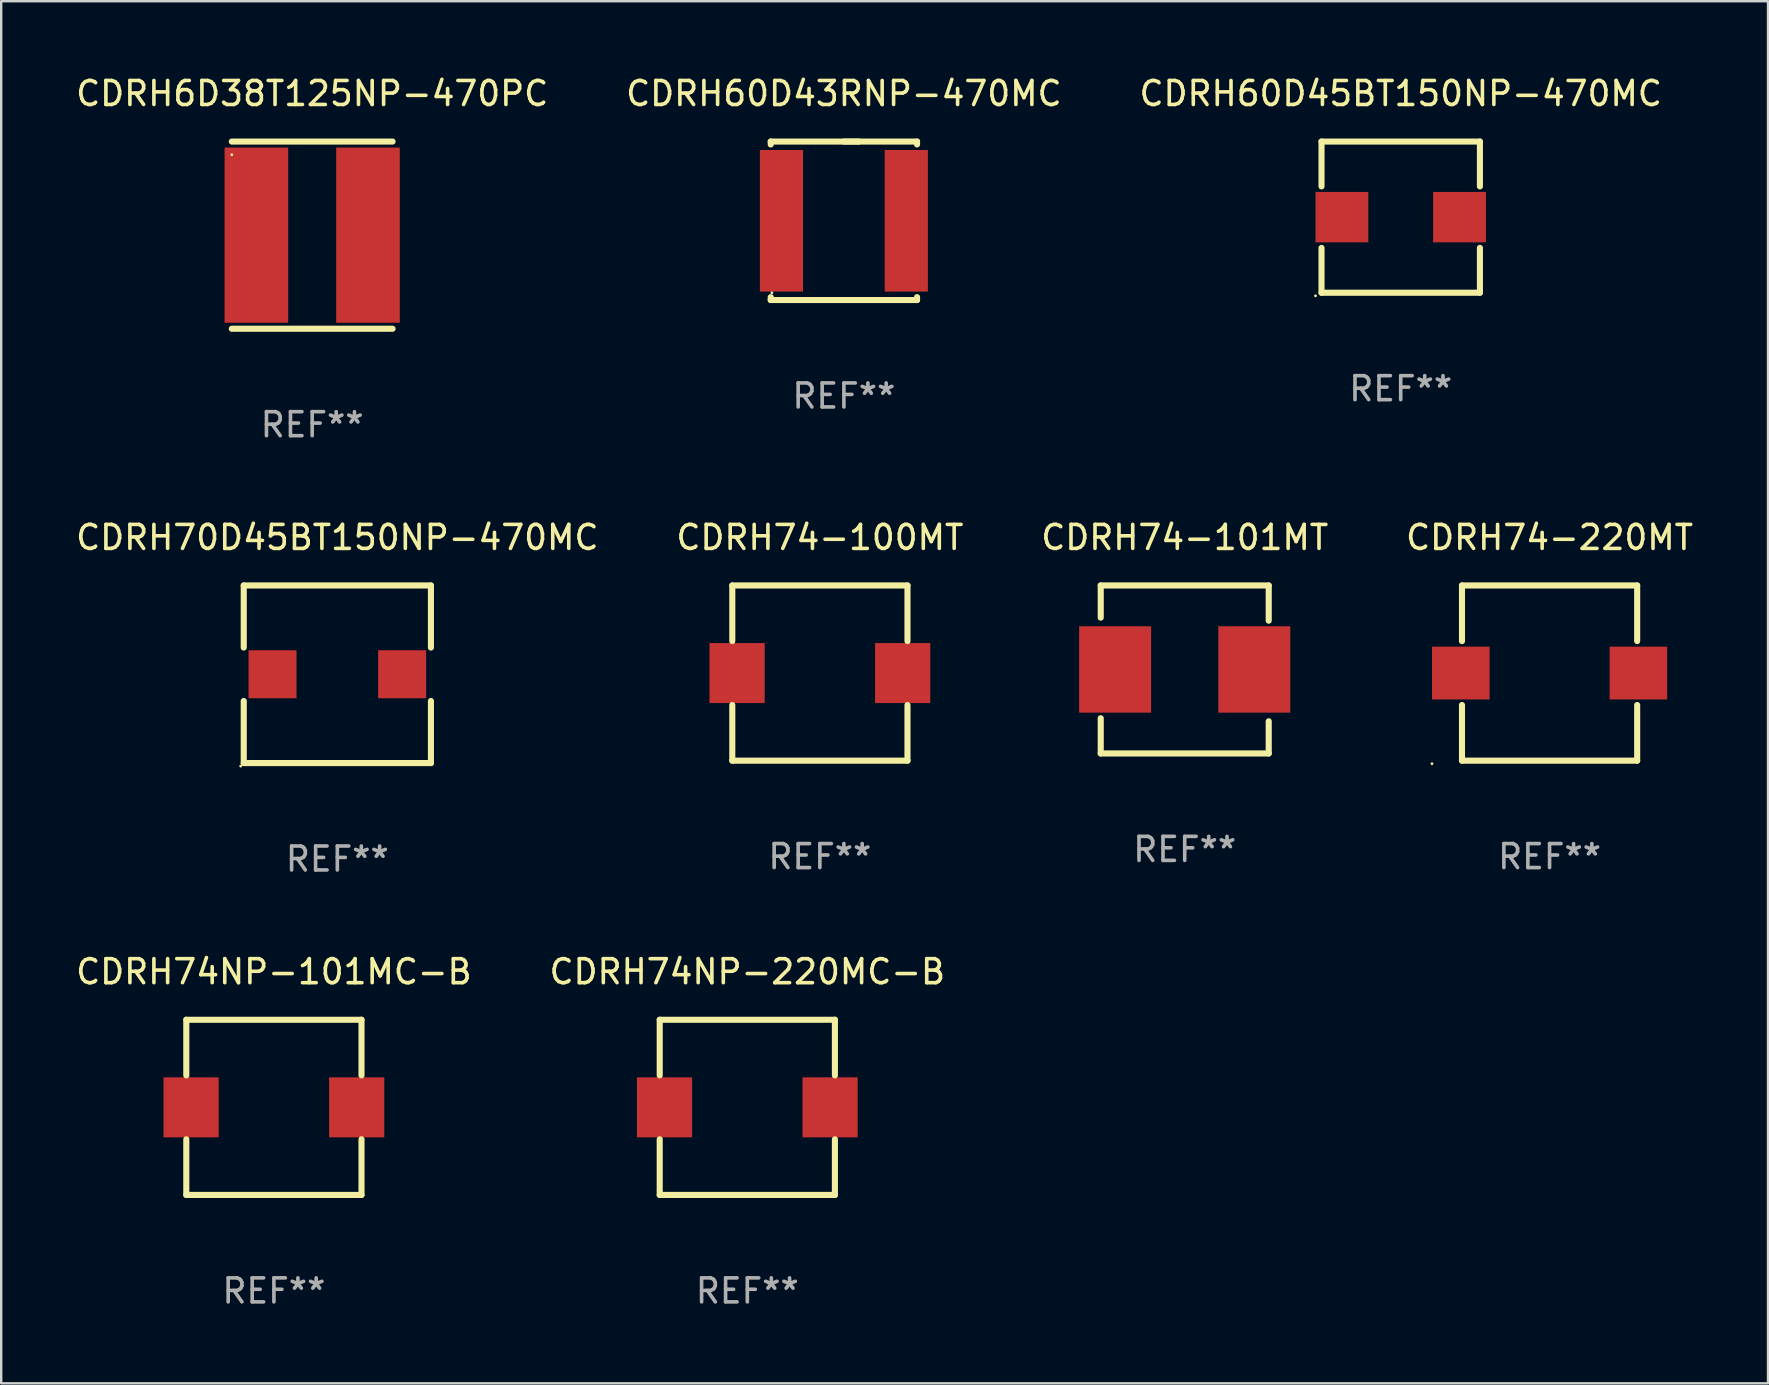
<source format=kicad_pcb>
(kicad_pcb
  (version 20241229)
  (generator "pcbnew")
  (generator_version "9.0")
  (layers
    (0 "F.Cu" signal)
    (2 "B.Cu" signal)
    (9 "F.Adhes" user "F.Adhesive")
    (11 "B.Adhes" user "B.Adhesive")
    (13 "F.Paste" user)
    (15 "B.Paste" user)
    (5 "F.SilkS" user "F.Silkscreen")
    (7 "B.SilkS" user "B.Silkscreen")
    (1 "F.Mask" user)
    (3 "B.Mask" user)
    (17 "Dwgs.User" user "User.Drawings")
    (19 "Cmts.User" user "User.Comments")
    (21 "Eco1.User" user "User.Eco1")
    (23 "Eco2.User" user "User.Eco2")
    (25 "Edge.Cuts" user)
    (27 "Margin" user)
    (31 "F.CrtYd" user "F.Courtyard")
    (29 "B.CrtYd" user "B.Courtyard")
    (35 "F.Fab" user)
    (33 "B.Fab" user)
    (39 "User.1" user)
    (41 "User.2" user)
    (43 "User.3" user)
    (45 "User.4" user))
  (footprint "CDRH70D45BT150NP-470MC"
    (layer "F.Cu")
    (at 11.006 25.045)
    (property "Reference" "CDRH70D45BT150NP-470MC" (at 0 -5.7 0) (layer "F.SilkS") (effects (font (size 1 1) (thickness 0.15))))
    (attr through_hole)
    (fp_line (start -3.9 -3.7) (end -3.9 -1.113) (stroke (width 0.254) (type solid)) (layer "F.SilkS"))
    (fp_line (start -3.9 -3.7) (end 3.9 -3.7) (stroke (width 0.254) (type solid)) (layer "F.SilkS"))
    (fp_line (start -3.9 1.113) (end -3.9 3.7) (stroke (width 0.254) (type solid)) (layer "F.SilkS"))
    (fp_line (start 3.9 -1.113) (end 3.9 -3.7) (stroke (width 0.254) (type solid)) (layer "F.SilkS"))
    (fp_line (start 3.9 3.7) (end -3.9 3.7) (stroke (width 0.254) (type solid)) (layer "F.SilkS"))
    (fp_line (start 3.9 3.7) (end 3.9 1.113) (stroke (width 0.254) (type solid)) (layer "F.SilkS"))
    (fp_circle (center -4.027 3.827) (end -3.997 3.827) (stroke (width 0.06) (type solid)) (fill no) (layer "F.SilkS"))
    (fp_text user "REF**" (at 0 7.7 0) (layer "F.Fab") (effects (font (size 1 1) (thickness 0.15))))
    (pad "1" smd rect (at -2.7 0 180) (size 2 2) (layers "F.Cu" "F.Mask" "F.Paste"))
    (pad "2" smd rect (at 2.7 0 180) (size 2 2) (layers "F.Cu" "F.Mask" "F.Paste")))
  (footprint "CDRH6D38T125NP-470PC"
    (layer "F.Cu")
    (at 9.958 6.748)
    (property "Reference" "CDRH6D38T125NP-470PC" (at 0 -5.9 0) (layer "F.SilkS") (effects (font (size 1 1) (thickness 0.15))))
    (attr through_hole)
    (fp_line (start -3.35 -3.9) (end 3.35 -3.9) (stroke (width 0.254) (type solid)) (layer "F.SilkS"))
    (fp_line (start -3.35 3.9) (end 3.35 3.9) (stroke (width 0.254) (type solid)) (layer "F.SilkS"))
    (fp_circle (center -3.35 -3.35) (end -3.32 -3.35) (stroke (width 0.06) (type solid)) (fill no) (layer "F.SilkS"))
    (fp_text user "REF**" (at 0 7.9 0) (layer "F.Fab") (effects (font (size 1 1) (thickness 0.15))))
    (pad "1" smd rect (at -2.325 0) (size 2.65 7.3) (layers "F.Cu" "F.Mask" "F.Paste"))
    (pad "2" smd rect (at 2.325 0) (size 2.65 7.3) (layers "F.Cu" "F.Mask" "F.Paste")))
  (footprint "CDRH74-101MT"
    (layer "F.Cu")
    (at 46.315 24.845)
    (property "Reference" "CDRH74-101MT" (at 0 -5.5 0) (layer "F.SilkS") (effects (font (size 1 1) (thickness 0.15))))
    (attr through_hole)
    (fp_line (start -3.5 -3.5) (end -3.5 -2.159) (stroke (width 0.254) (type solid)) (layer "F.SilkS"))
    (fp_line (start -3.5 -3.5) (end 3.5 -3.5) (stroke (width 0.254) (type solid)) (layer "F.SilkS"))
    (fp_line (start -3.5 3.5) (end -3.5 2.032) (stroke (width 0.254) (type solid)) (layer "F.SilkS"))
    (fp_line (start -3.5 3.5) (end 3.5 3.5) (stroke (width 0.254) (type solid)) (layer "F.SilkS"))
    (fp_line (start 3.5 -3.5) (end 3.5 -2.032) (stroke (width 0.254) (type solid)) (layer "F.SilkS"))
    (fp_line (start 3.5 3.5) (end 3.5 2.159) (stroke (width 0.254) (type solid)) (layer "F.SilkS"))
    (fp_circle (center -3.556 3.505) (end -3.526 3.505) (stroke (width 0.06) (type solid)) (fill no) (layer "F.SilkS"))
    (fp_text user "REF**" (at 0 7.5 0) (layer "F.Fab") (effects (font (size 1 1) (thickness 0.15))))
    (pad "1" smd rect (at -2.9 0) (size 3 3.6) (layers "F.Cu" "F.Mask" "F.Paste"))
    (pad "2" smd rect (at 2.9 0) (size 3 3.6) (layers "F.Cu" "F.Mask" "F.Paste")))
  (footprint "CDRH74NP-101MC-B"
    (layer "F.Cu")
    (at 8.363 43.091)
    (property "Reference" "CDRH74NP-101MC-B" (at 0 -5.65 0) (layer "F.SilkS") (effects (font (size 1 1) (thickness 0.15))))
    (attr through_hole)
    (fp_line (start -3.65 -3.65) (end 3.65 -3.65) (stroke (width 0.254) (type solid)) (layer "F.SilkS"))
    (fp_line (start -3.65 -1.331) (end -3.65 -3.65) (stroke (width 0.254) (type solid)) (layer "F.SilkS"))
    (fp_line (start -3.65 3.65) (end -3.65 1.331) (stroke (width 0.254) (type solid)) (layer "F.SilkS"))
    (fp_line (start 3.65 -3.65) (end 3.65 -1.331) (stroke (width 0.254) (type solid)) (layer "F.SilkS"))
    (fp_line (start 3.65 1.331) (end 3.65 3.65) (stroke (width 0.254) (type solid)) (layer "F.SilkS"))
    (fp_line (start 3.65 3.65) (end -3.65 3.65) (stroke (width 0.254) (type solid)) (layer "F.SilkS"))
    (fp_circle (center -3.65 3.65) (end -3.62 3.65) (stroke (width 0.06) (type solid)) (fill no) (layer "F.SilkS"))
    (fp_text user "REF**" (at 0 7.65 0) (layer "F.Fab") (effects (font (size 1 1) (thickness 0.15))))
    (pad "1" smd rect (at -3.45 0) (size 2.3 2.5) (layers "F.Cu" "F.Mask" "F.Paste"))
    (pad "2" smd rect (at 3.45 0) (size 2.3 2.5) (layers "F.Cu" "F.Mask" "F.Paste")))
  (footprint "CDRH74-100MT"
    (layer "F.Cu")
    (at 31.113 24.995)
    (property "Reference" "CDRH74-100MT" (at 0 -5.65 0) (layer "F.SilkS") (effects (font (size 1 1) (thickness 0.15))))
    (attr through_hole)
    (fp_line (start -3.65 -3.65) (end 3.65 -3.65) (stroke (width 0.254) (type solid)) (layer "F.SilkS"))
    (fp_line (start -3.65 -1.331) (end -3.65 -3.65) (stroke (width 0.254) (type solid)) (layer "F.SilkS"))
    (fp_line (start -3.65 3.65) (end -3.65 1.331) (stroke (width 0.254) (type solid)) (layer "F.SilkS"))
    (fp_line (start 3.65 -3.65) (end 3.65 -1.331) (stroke (width 0.254) (type solid)) (layer "F.SilkS"))
    (fp_line (start 3.65 1.331) (end 3.65 3.65) (stroke (width 0.254) (type solid)) (layer "F.SilkS"))
    (fp_line (start 3.65 3.65) (end -3.65 3.65) (stroke (width 0.254) (type solid)) (layer "F.SilkS"))
    (fp_circle (center -3.65 3.65) (end -3.62 3.65) (stroke (width 0.06) (type solid)) (fill no) (layer "F.SilkS"))
    (fp_text user "REF**" (at 0 7.65 0) (layer "F.Fab") (effects (font (size 1 1) (thickness 0.15))))
    (pad "1" smd rect (at -3.45 0) (size 2.3 2.5) (layers "F.Cu" "F.Mask" "F.Paste"))
    (pad "2" smd rect (at 3.45 0) (size 2.3 2.5) (layers "F.Cu" "F.Mask" "F.Paste")))
  (footprint "CDRH60D43RNP-470MC"
    (layer "F.Cu")
    (at 32.113 6.15)
    (property "Reference" "CDRH60D43RNP-470MC" (at 0 -5.302 0) (layer "F.SilkS") (effects (font (size 1 1) (thickness 0.15))))
    (attr through_hole)
    (fp_line (start -3.048 -3.302) (end 0.635 -3.302) (stroke (width 0.254) (type solid)) (layer "F.SilkS"))
    (fp_line (start -3.048 -3.181) (end -3.048 -3.302) (stroke (width 0.254) (type solid)) (layer "F.SilkS"))
    (fp_line (start -3.048 3.302) (end -3.048 3.181) (stroke (width 0.254) (type solid)) (layer "F.SilkS"))
    (fp_line (start 0 -3.302) (end 3.048 -3.302) (stroke (width 0.254) (type solid)) (layer "F.SilkS"))
    (fp_line (start 3.048 -3.302) (end 3.048 -3.181) (stroke (width 0.254) (type solid)) (layer "F.SilkS"))
    (fp_line (start 3.048 3.181) (end 3.048 3.302) (stroke (width 0.254) (type solid)) (layer "F.SilkS"))
    (fp_line (start 3.048 3.302) (end -3.048 3.302) (stroke (width 0.254) (type solid)) (layer "F.SilkS"))
    (fp_circle (center -3 3) (end -2.97 3) (stroke (width 0.06) (type solid)) (fill no) (layer "F.SilkS"))
    (fp_text user "REF**" (at 0 7.302 0) (layer "F.Fab") (effects (font (size 1 1) (thickness 0.15))))
    (pad "1" smd rect (at -2.6 0) (size 1.8 5.9) (layers "F.Cu" "F.Mask" "F.Paste"))
    (pad "2" smd rect (at 2.6 0) (size 1.8 5.9) (layers "F.Cu" "F.Mask" "F.Paste")))
  (footprint "CDRH60D45BT150NP-470MC"
    (layer "F.Cu")
    (at 55.315 5.998)
    (property "Reference" "CDRH60D45BT150NP-470MC" (at 0 -5.15 0) (layer "F.SilkS") (effects (font (size 1 1) (thickness 0.15))))
    (attr through_hole)
    (fp_line (start -3.3 -3.15) (end 3.3 -3.15) (stroke (width 0.254) (type solid)) (layer "F.SilkS"))
    (fp_line (start -3.3 -1.281) (end -3.3 -3.15) (stroke (width 0.254) (type solid)) (layer "F.SilkS"))
    (fp_line (start -3.3 3.15) (end -3.3 1.281) (stroke (width 0.254) (type solid)) (layer "F.SilkS"))
    (fp_line (start -3.3 3.15) (end 3.3 3.15) (stroke (width 0.254) (type solid)) (layer "F.SilkS"))
    (fp_line (start 3.3 -1.281) (end 3.3 -3.15) (stroke (width 0.254) (type solid)) (layer "F.SilkS"))
    (fp_line (start 3.3 3.15) (end 3.3 1.281) (stroke (width 0.254) (type solid)) (layer "F.SilkS"))
    (fp_circle (center -3.55 3.277) (end -3.52 3.277) (stroke (width 0.06) (type solid)) (fill no) (layer "F.SilkS"))
    (fp_text user "REF**" (at 0 7.15 0) (layer "F.Fab") (effects (font (size 1 1) (thickness 0.15))))
    (pad "1" smd rect (at -2.45 0) (size 2.2 2.1) (layers "F.Cu" "F.Mask" "F.Paste"))
    (pad "2" smd rect (at 2.45 0) (size 2.2 2.1) (layers "F.Cu" "F.Mask" "F.Paste")))
  (footprint "CDRH74-220MT"
    (layer "F.Cu")
    (at 61.518 24.995)
    (property "Reference" "CDRH74-220MT" (at 0 -5.65 0) (layer "F.SilkS") (effects (font (size 1 1) (thickness 0.15))))
    (attr through_hole)
    (fp_line (start -3.65 -3.65) (end 3.65 -3.65) (stroke (width 0.254) (type solid)) (layer "F.SilkS"))
    (fp_line (start -3.65 -1.331) (end -3.65 -3.65) (stroke (width 0.254) (type solid)) (layer "F.SilkS"))
    (fp_line (start -3.65 3.65) (end -3.65 1.331) (stroke (width 0.254) (type solid)) (layer "F.SilkS"))
    (fp_line (start -3.65 3.65) (end 3.65 3.65) (stroke (width 0.254) (type solid)) (layer "F.SilkS"))
    (fp_line (start 3.65 -3.65) (end 3.65 -1.331) (stroke (width 0.254) (type solid)) (layer "F.SilkS"))
    (fp_line (start 3.65 1.331) (end 3.65 3.65) (stroke (width 0.254) (type solid)) (layer "F.SilkS"))
    (fp_circle (center -4.9 3.777) (end -4.87 3.777) (stroke (width 0.06) (type solid)) (fill no) (layer "F.SilkS"))
    (fp_text user "REF**" (at 0 7.65 0) (layer "F.Fab") (effects (font (size 1 1) (thickness 0.15))))
    (pad "1" smd rect (at -3.7 0 90) (size 2.2 2.4) (layers "F.Cu" "F.Mask" "F.Paste"))
    (pad "2" smd rect (at 3.7 0 90) (size 2.2 2.4) (layers "F.Cu" "F.Mask" "F.Paste")))
  (footprint "CDRH74NP-220MC-B"
    (layer "F.Cu")
    (at 28.089 43.091)
    (property "Reference" "CDRH74NP-220MC-B" (at 0 -5.65 0) (layer "F.SilkS") (effects (font (size 1 1) (thickness 0.15))))
    (attr through_hole)
    (fp_line (start -3.65 -3.65) (end 3.65 -3.65) (stroke (width 0.254) (type solid)) (layer "F.SilkS"))
    (fp_line (start -3.65 -1.331) (end -3.65 -3.65) (stroke (width 0.254) (type solid)) (layer "F.SilkS"))
    (fp_line (start -3.65 3.65) (end -3.65 1.331) (stroke (width 0.254) (type solid)) (layer "F.SilkS"))
    (fp_line (start 3.65 -3.65) (end 3.65 -1.331) (stroke (width 0.254) (type solid)) (layer "F.SilkS"))
    (fp_line (start 3.65 1.331) (end 3.65 3.65) (stroke (width 0.254) (type solid)) (layer "F.SilkS"))
    (fp_line (start 3.65 3.65) (end -3.65 3.65) (stroke (width 0.254) (type solid)) (layer "F.SilkS"))
    (fp_circle (center -3.65 3.65) (end -3.62 3.65) (stroke (width 0.06) (type solid)) (fill no) (layer "F.SilkS"))
    (fp_text user "REF**" (at 0 7.65 0) (layer "F.Fab") (effects (font (size 1 1) (thickness 0.15))))
    (pad "1" smd rect (at -3.45 0) (size 2.3 2.5) (layers "F.Cu" "F.Mask" "F.Paste"))
    (pad "2" smd rect (at 3.45 0) (size 2.3 2.5) (layers "F.Cu" "F.Mask" "F.Paste")))
  (gr_rect
    (start -3 -3)
    (end 70.619 54.59)
    (stroke (width 0.1) (type default))
    (fill no)
    (layer "Edge.Cuts")))
</source>
